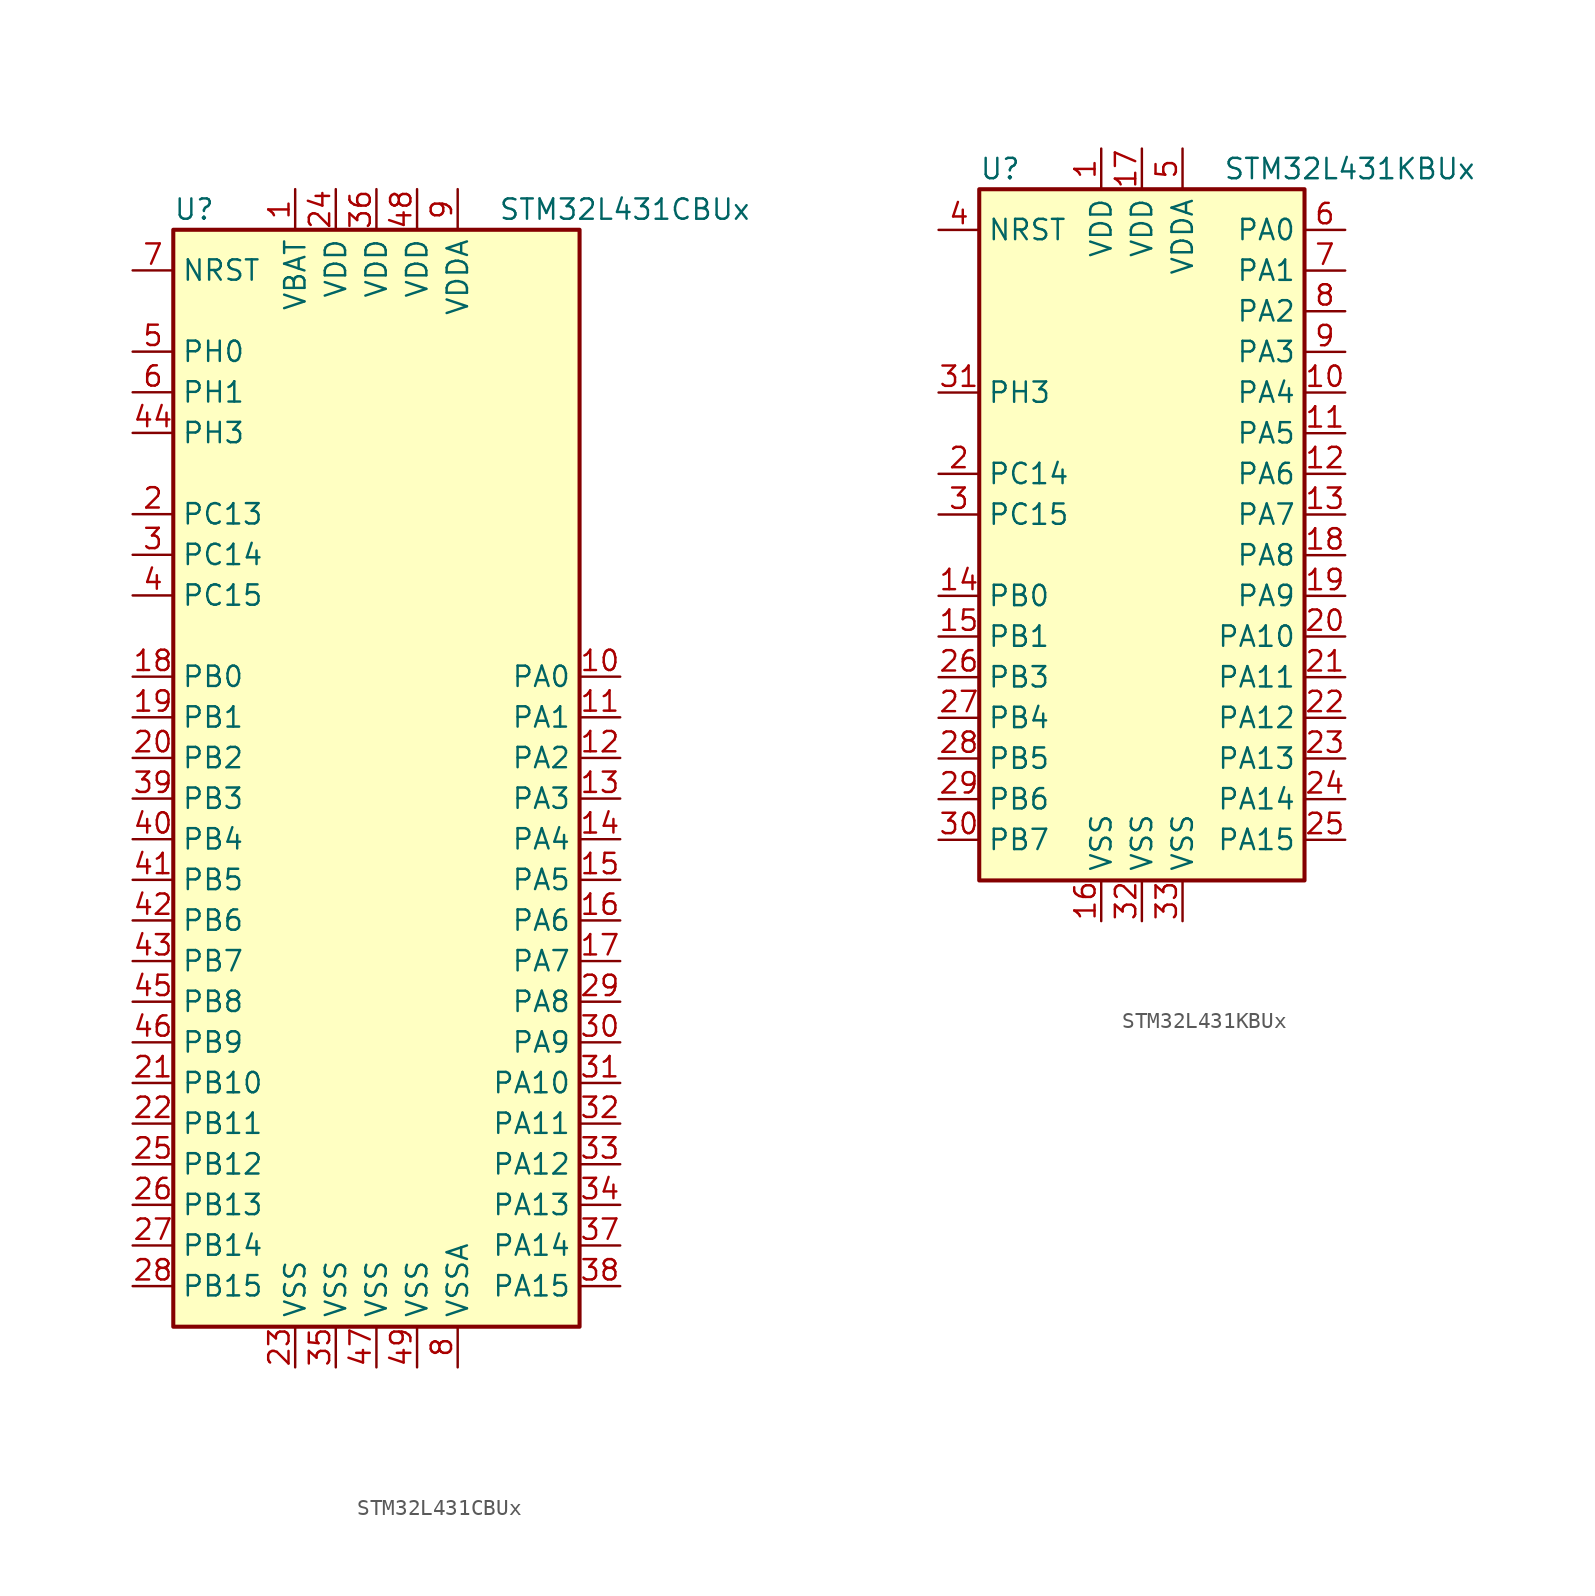
<source format=kicad_sym>
(kicad_symbol_lib
  (version 20220914)
  (generator kicad_symbol_editor)
  (symbol "STM32L431CBUx"
    (property "Reference" "U"
      (at -12.7 34.29 0)
      (effects (font (size 1.27 1.27)) (justify left)))
    (property "Value" "STM32L431CBUx"
      (at 7.62 34.29 0)
      (effects (font (size 1.27 1.27)) (justify left)))
    (symbol "STM32L431CBUx_0_1"
      (rectangle (start -12.7 -35.56) (end 12.7 33.02) (stroke (width 0.254) (type default)) (fill (type background))))
    (symbol "STM32L431CBUx_1_1"
      (pin power_in line (at -5.08 35.56 270) (length 2.54) (name "VBAT" (effects (font (size 1.27 1.27)))) (number "1" (effects (font (size 1.27 1.27)))))
      (pin bidirectional line (at 15.24 5.08 180) (length 2.54) (name "PA0" (effects (font (size 1.27 1.27)))) (number "10" (effects (font (size 1.27 1.27)))))
      (pin bidirectional line (at 15.24 2.54 180) (length 2.54) (name "PA1" (effects (font (size 1.27 1.27)))) (number "11" (effects (font (size 1.27 1.27)))))
      (pin bidirectional line (at 15.24 0 180) (length 2.54) (name "PA2" (effects (font (size 1.27 1.27)))) (number "12" (effects (font (size 1.27 1.27)))))
      (pin bidirectional line (at 15.24 -2.54 180) (length 2.54) (name "PA3" (effects (font (size 1.27 1.27)))) (number "13" (effects (font (size 1.27 1.27)))))
      (pin bidirectional line (at 15.24 -5.08 180) (length 2.54) (name "PA4" (effects (font (size 1.27 1.27)))) (number "14" (effects (font (size 1.27 1.27)))))
      (pin bidirectional line (at 15.24 -7.62 180) (length 2.54) (name "PA5" (effects (font (size 1.27 1.27)))) (number "15" (effects (font (size 1.27 1.27)))))
      (pin bidirectional line (at 15.24 -10.16 180) (length 2.54) (name "PA6" (effects (font (size 1.27 1.27)))) (number "16" (effects (font (size 1.27 1.27)))))
      (pin bidirectional line (at 15.24 -12.7 180) (length 2.54) (name "PA7" (effects (font (size 1.27 1.27)))) (number "17" (effects (font (size 1.27 1.27)))))
      (pin bidirectional line (at -15.24 5.08 0) (length 2.54) (name "PB0" (effects (font (size 1.27 1.27)))) (number "18" (effects (font (size 1.27 1.27)))))
      (pin bidirectional line (at -15.24 2.54 0) (length 2.54) (name "PB1" (effects (font (size 1.27 1.27)))) (number "19" (effects (font (size 1.27 1.27)))))
      (pin bidirectional line (at -15.24 15.24 0) (length 2.54) (name "PC13" (effects (font (size 1.27 1.27)))) (number "2" (effects (font (size 1.27 1.27)))))
      (pin bidirectional line (at -15.24 0 0) (length 2.54) (name "PB2" (effects (font (size 1.27 1.27)))) (number "20" (effects (font (size 1.27 1.27)))))
      (pin bidirectional line (at -15.24 -20.32 0) (length 2.54) (name "PB10" (effects (font (size 1.27 1.27)))) (number "21" (effects (font (size 1.27 1.27)))))
      (pin bidirectional line (at -15.24 -22.86 0) (length 2.54) (name "PB11" (effects (font (size 1.27 1.27)))) (number "22" (effects (font (size 1.27 1.27)))))
      (pin power_in line (at -5.08 -38.1 90) (length 2.54) (name "VSS" (effects (font (size 1.27 1.27)))) (number "23" (effects (font (size 1.27 1.27)))))
      (pin power_in line (at -2.54 35.56 270) (length 2.54) (name "VDD" (effects (font (size 1.27 1.27)))) (number "24" (effects (font (size 1.27 1.27)))))
      (pin bidirectional line (at -15.24 -25.4 0) (length 2.54) (name "PB12" (effects (font (size 1.27 1.27)))) (number "25" (effects (font (size 1.27 1.27)))))
      (pin bidirectional line (at -15.24 -27.94 0) (length 2.54) (name "PB13" (effects (font (size 1.27 1.27)))) (number "26" (effects (font (size 1.27 1.27)))))
      (pin bidirectional line (at -15.24 -30.48 0) (length 2.54) (name "PB14" (effects (font (size 1.27 1.27)))) (number "27" (effects (font (size 1.27 1.27)))))
      (pin bidirectional line (at -15.24 -33.02 0) (length 2.54) (name "PB15" (effects (font (size 1.27 1.27)))) (number "28" (effects (font (size 1.27 1.27)))))
      (pin bidirectional line (at 15.24 -15.24 180) (length 2.54) (name "PA8" (effects (font (size 1.27 1.27)))) (number "29" (effects (font (size 1.27 1.27)))))
      (pin bidirectional line (at -15.24 12.7 0) (length 2.54) (name "PC14" (effects (font (size 1.27 1.27)))) (number "3" (effects (font (size 1.27 1.27)))))
      (pin bidirectional line (at 15.24 -17.78 180) (length 2.54) (name "PA9" (effects (font (size 1.27 1.27)))) (number "30" (effects (font (size 1.27 1.27)))))
      (pin bidirectional line (at 15.24 -20.32 180) (length 2.54) (name "PA10" (effects (font (size 1.27 1.27)))) (number "31" (effects (font (size 1.27 1.27)))))
      (pin bidirectional line (at 15.24 -22.86 180) (length 2.54) (name "PA11" (effects (font (size 1.27 1.27)))) (number "32" (effects (font (size 1.27 1.27)))))
      (pin bidirectional line (at 15.24 -25.4 180) (length 2.54) (name "PA12" (effects (font (size 1.27 1.27)))) (number "33" (effects (font (size 1.27 1.27)))))
      (pin bidirectional line (at 15.24 -27.94 180) (length 2.54) (name "PA13" (effects (font (size 1.27 1.27)))) (number "34" (effects (font (size 1.27 1.27)))))
      (pin power_in line (at -2.54 -38.1 90) (length 2.54) (name "VSS" (effects (font (size 1.27 1.27)))) (number "35" (effects (font (size 1.27 1.27)))))
      (pin power_in line (at 0 35.56 270) (length 2.54) (name "VDD" (effects (font (size 1.27 1.27)))) (number "36" (effects (font (size 1.27 1.27)))))
      (pin bidirectional line (at 15.24 -30.48 180) (length 2.54) (name "PA14" (effects (font (size 1.27 1.27)))) (number "37" (effects (font (size 1.27 1.27)))))
      (pin bidirectional line (at 15.24 -33.02 180) (length 2.54) (name "PA15" (effects (font (size 1.27 1.27)))) (number "38" (effects (font (size 1.27 1.27)))))
      (pin bidirectional line (at -15.24 -2.54 0) (length 2.54) (name "PB3" (effects (font (size 1.27 1.27)))) (number "39" (effects (font (size 1.27 1.27)))))
      (pin bidirectional line (at -15.24 10.16 0) (length 2.54) (name "PC15" (effects (font (size 1.27 1.27)))) (number "4" (effects (font (size 1.27 1.27)))))
      (pin bidirectional line (at -15.24 -5.08 0) (length 2.54) (name "PB4" (effects (font (size 1.27 1.27)))) (number "40" (effects (font (size 1.27 1.27)))))
      (pin bidirectional line (at -15.24 -7.62 0) (length 2.54) (name "PB5" (effects (font (size 1.27 1.27)))) (number "41" (effects (font (size 1.27 1.27)))))
      (pin bidirectional line (at -15.24 -10.16 0) (length 2.54) (name "PB6" (effects (font (size 1.27 1.27)))) (number "42" (effects (font (size 1.27 1.27)))))
      (pin bidirectional line (at -15.24 -12.7 0) (length 2.54) (name "PB7" (effects (font (size 1.27 1.27)))) (number "43" (effects (font (size 1.27 1.27)))))
      (pin bidirectional line (at -15.24 20.32 0) (length 2.54) (name "PH3" (effects (font (size 1.27 1.27)))) (number "44" (effects (font (size 1.27 1.27)))))
      (pin bidirectional line (at -15.24 -15.24 0) (length 2.54) (name "PB8" (effects (font (size 1.27 1.27)))) (number "45" (effects (font (size 1.27 1.27)))))
      (pin bidirectional line (at -15.24 -17.78 0) (length 2.54) (name "PB9" (effects (font (size 1.27 1.27)))) (number "46" (effects (font (size 1.27 1.27)))))
      (pin power_in line (at 0 -38.1 90) (length 2.54) (name "VSS" (effects (font (size 1.27 1.27)))) (number "47" (effects (font (size 1.27 1.27)))))
      (pin power_in line (at 2.54 35.56 270) (length 2.54) (name "VDD" (effects (font (size 1.27 1.27)))) (number "48" (effects (font (size 1.27 1.27)))))
      (pin power_in line (at 2.54 -38.1 90) (length 2.54) (name "VSS" (effects (font (size 1.27 1.27)))) (number "49" (effects (font (size 1.27 1.27)))))
      (pin input line (at -15.24 25.4 0) (length 2.54) (name "PH0" (effects (font (size 1.27 1.27)))) (number "5" (effects (font (size 1.27 1.27)))))
      (pin input line (at -15.24 22.86 0) (length 2.54) (name "PH1" (effects (font (size 1.27 1.27)))) (number "6" (effects (font (size 1.27 1.27)))))
      (pin input line (at -15.24 30.48 0) (length 2.54) (name "NRST" (effects (font (size 1.27 1.27)))) (number "7" (effects (font (size 1.27 1.27)))))
      (pin power_in line (at 5.08 -38.1 90) (length 2.54) (name "VSSA" (effects (font (size 1.27 1.27)))) (number "8" (effects (font (size 1.27 1.27)))))
      (pin power_in line (at 5.08 35.56 270) (length 2.54) (name "VDDA" (effects (font (size 1.27 1.27)))) (number "9" (effects (font (size 1.27 1.27)))))))
  (symbol "STM32L431KBUx"
    (property "Reference" "U"
      (at -10.16 21.59 0)
      (effects (font (size 1.27 1.27)) (justify left)))
    (property "Value" "STM32L431KBUx"
      (at 5.08 21.59 0)
      (effects (font (size 1.27 1.27)) (justify left)))
    (symbol "STM32L431KBUx_0_1"
      (rectangle (start -10.16 -22.86) (end 10.16 20.32) (stroke (width 0.254) (type default)) (fill (type background))))
    (symbol "STM32L431KBUx_1_1"
      (pin power_in line (at -2.54 22.86 270) (length 2.54) (name "VDD" (effects (font (size 1.27 1.27)))) (number "1" (effects (font (size 1.27 1.27)))))
      (pin bidirectional line (at 12.7 7.62 180) (length 2.54) (name "PA4" (effects (font (size 1.27 1.27)))) (number "10" (effects (font (size 1.27 1.27)))))
      (pin bidirectional line (at 12.7 5.08 180) (length 2.54) (name "PA5" (effects (font (size 1.27 1.27)))) (number "11" (effects (font (size 1.27 1.27)))))
      (pin bidirectional line (at 12.7 2.54 180) (length 2.54) (name "PA6" (effects (font (size 1.27 1.27)))) (number "12" (effects (font (size 1.27 1.27)))))
      (pin bidirectional line (at 12.7 0 180) (length 2.54) (name "PA7" (effects (font (size 1.27 1.27)))) (number "13" (effects (font (size 1.27 1.27)))))
      (pin bidirectional line (at -12.7 -5.08 0) (length 2.54) (name "PB0" (effects (font (size 1.27 1.27)))) (number "14" (effects (font (size 1.27 1.27)))))
      (pin bidirectional line (at -12.7 -7.62 0) (length 2.54) (name "PB1" (effects (font (size 1.27 1.27)))) (number "15" (effects (font (size 1.27 1.27)))))
      (pin power_in line (at -2.54 -25.4 90) (length 2.54) (name "VSS" (effects (font (size 1.27 1.27)))) (number "16" (effects (font (size 1.27 1.27)))))
      (pin power_in line (at 0 22.86 270) (length 2.54) (name "VDD" (effects (font (size 1.27 1.27)))) (number "17" (effects (font (size 1.27 1.27)))))
      (pin bidirectional line (at 12.7 -2.54 180) (length 2.54) (name "PA8" (effects (font (size 1.27 1.27)))) (number "18" (effects (font (size 1.27 1.27)))))
      (pin bidirectional line (at 12.7 -5.08 180) (length 2.54) (name "PA9" (effects (font (size 1.27 1.27)))) (number "19" (effects (font (size 1.27 1.27)))))
      (pin bidirectional line (at -12.7 2.54 0) (length 2.54) (name "PC14" (effects (font (size 1.27 1.27)))) (number "2" (effects (font (size 1.27 1.27)))))
      (pin bidirectional line (at 12.7 -7.62 180) (length 2.54) (name "PA10" (effects (font (size 1.27 1.27)))) (number "20" (effects (font (size 1.27 1.27)))))
      (pin bidirectional line (at 12.7 -10.16 180) (length 2.54) (name "PA11" (effects (font (size 1.27 1.27)))) (number "21" (effects (font (size 1.27 1.27)))))
      (pin bidirectional line (at 12.7 -12.7 180) (length 2.54) (name "PA12" (effects (font (size 1.27 1.27)))) (number "22" (effects (font (size 1.27 1.27)))))
      (pin bidirectional line (at 12.7 -15.24 180) (length 2.54) (name "PA13" (effects (font (size 1.27 1.27)))) (number "23" (effects (font (size 1.27 1.27)))))
      (pin bidirectional line (at 12.7 -17.78 180) (length 2.54) (name "PA14" (effects (font (size 1.27 1.27)))) (number "24" (effects (font (size 1.27 1.27)))))
      (pin bidirectional line (at 12.7 -20.32 180) (length 2.54) (name "PA15" (effects (font (size 1.27 1.27)))) (number "25" (effects (font (size 1.27 1.27)))))
      (pin bidirectional line (at -12.7 -10.16 0) (length 2.54) (name "PB3" (effects (font (size 1.27 1.27)))) (number "26" (effects (font (size 1.27 1.27)))))
      (pin bidirectional line (at -12.7 -12.7 0) (length 2.54) (name "PB4" (effects (font (size 1.27 1.27)))) (number "27" (effects (font (size 1.27 1.27)))))
      (pin bidirectional line (at -12.7 -15.24 0) (length 2.54) (name "PB5" (effects (font (size 1.27 1.27)))) (number "28" (effects (font (size 1.27 1.27)))))
      (pin bidirectional line (at -12.7 -17.78 0) (length 2.54) (name "PB6" (effects (font (size 1.27 1.27)))) (number "29" (effects (font (size 1.27 1.27)))))
      (pin bidirectional line (at -12.7 0 0) (length 2.54) (name "PC15" (effects (font (size 1.27 1.27)))) (number "3" (effects (font (size 1.27 1.27)))))
      (pin bidirectional line (at -12.7 -20.32 0) (length 2.54) (name "PB7" (effects (font (size 1.27 1.27)))) (number "30" (effects (font (size 1.27 1.27)))))
      (pin bidirectional line (at -12.7 7.62 0) (length 2.54) (name "PH3" (effects (font (size 1.27 1.27)))) (number "31" (effects (font (size 1.27 1.27)))))
      (pin power_in line (at 0 -25.4 90) (length 2.54) (name "VSS" (effects (font (size 1.27 1.27)))) (number "32" (effects (font (size 1.27 1.27)))))
      (pin power_in line (at 2.54 -25.4 90) (length 2.54) (name "VSS" (effects (font (size 1.27 1.27)))) (number "33" (effects (font (size 1.27 1.27)))))
      (pin input line (at -12.7 17.78 0) (length 2.54) (name "NRST" (effects (font (size 1.27 1.27)))) (number "4" (effects (font (size 1.27 1.27)))))
      (pin power_in line (at 2.54 22.86 270) (length 2.54) (name "VDDA" (effects (font (size 1.27 1.27)))) (number "5" (effects (font (size 1.27 1.27)))))
      (pin bidirectional line (at 12.7 17.78 180) (length 2.54) (name "PA0" (effects (font (size 1.27 1.27)))) (number "6" (effects (font (size 1.27 1.27)))))
      (pin bidirectional line (at 12.7 15.24 180) (length 2.54) (name "PA1" (effects (font (size 1.27 1.27)))) (number "7" (effects (font (size 1.27 1.27)))))
      (pin bidirectional line (at 12.7 12.7 180) (length 2.54) (name "PA2" (effects (font (size 1.27 1.27)))) (number "8" (effects (font (size 1.27 1.27)))))
      (pin bidirectional line (at 12.7 10.16 180) (length 2.54) (name "PA3" (effects (font (size 1.27 1.27)))) (number "9" (effects (font (size 1.27 1.27))))))))
</source>
